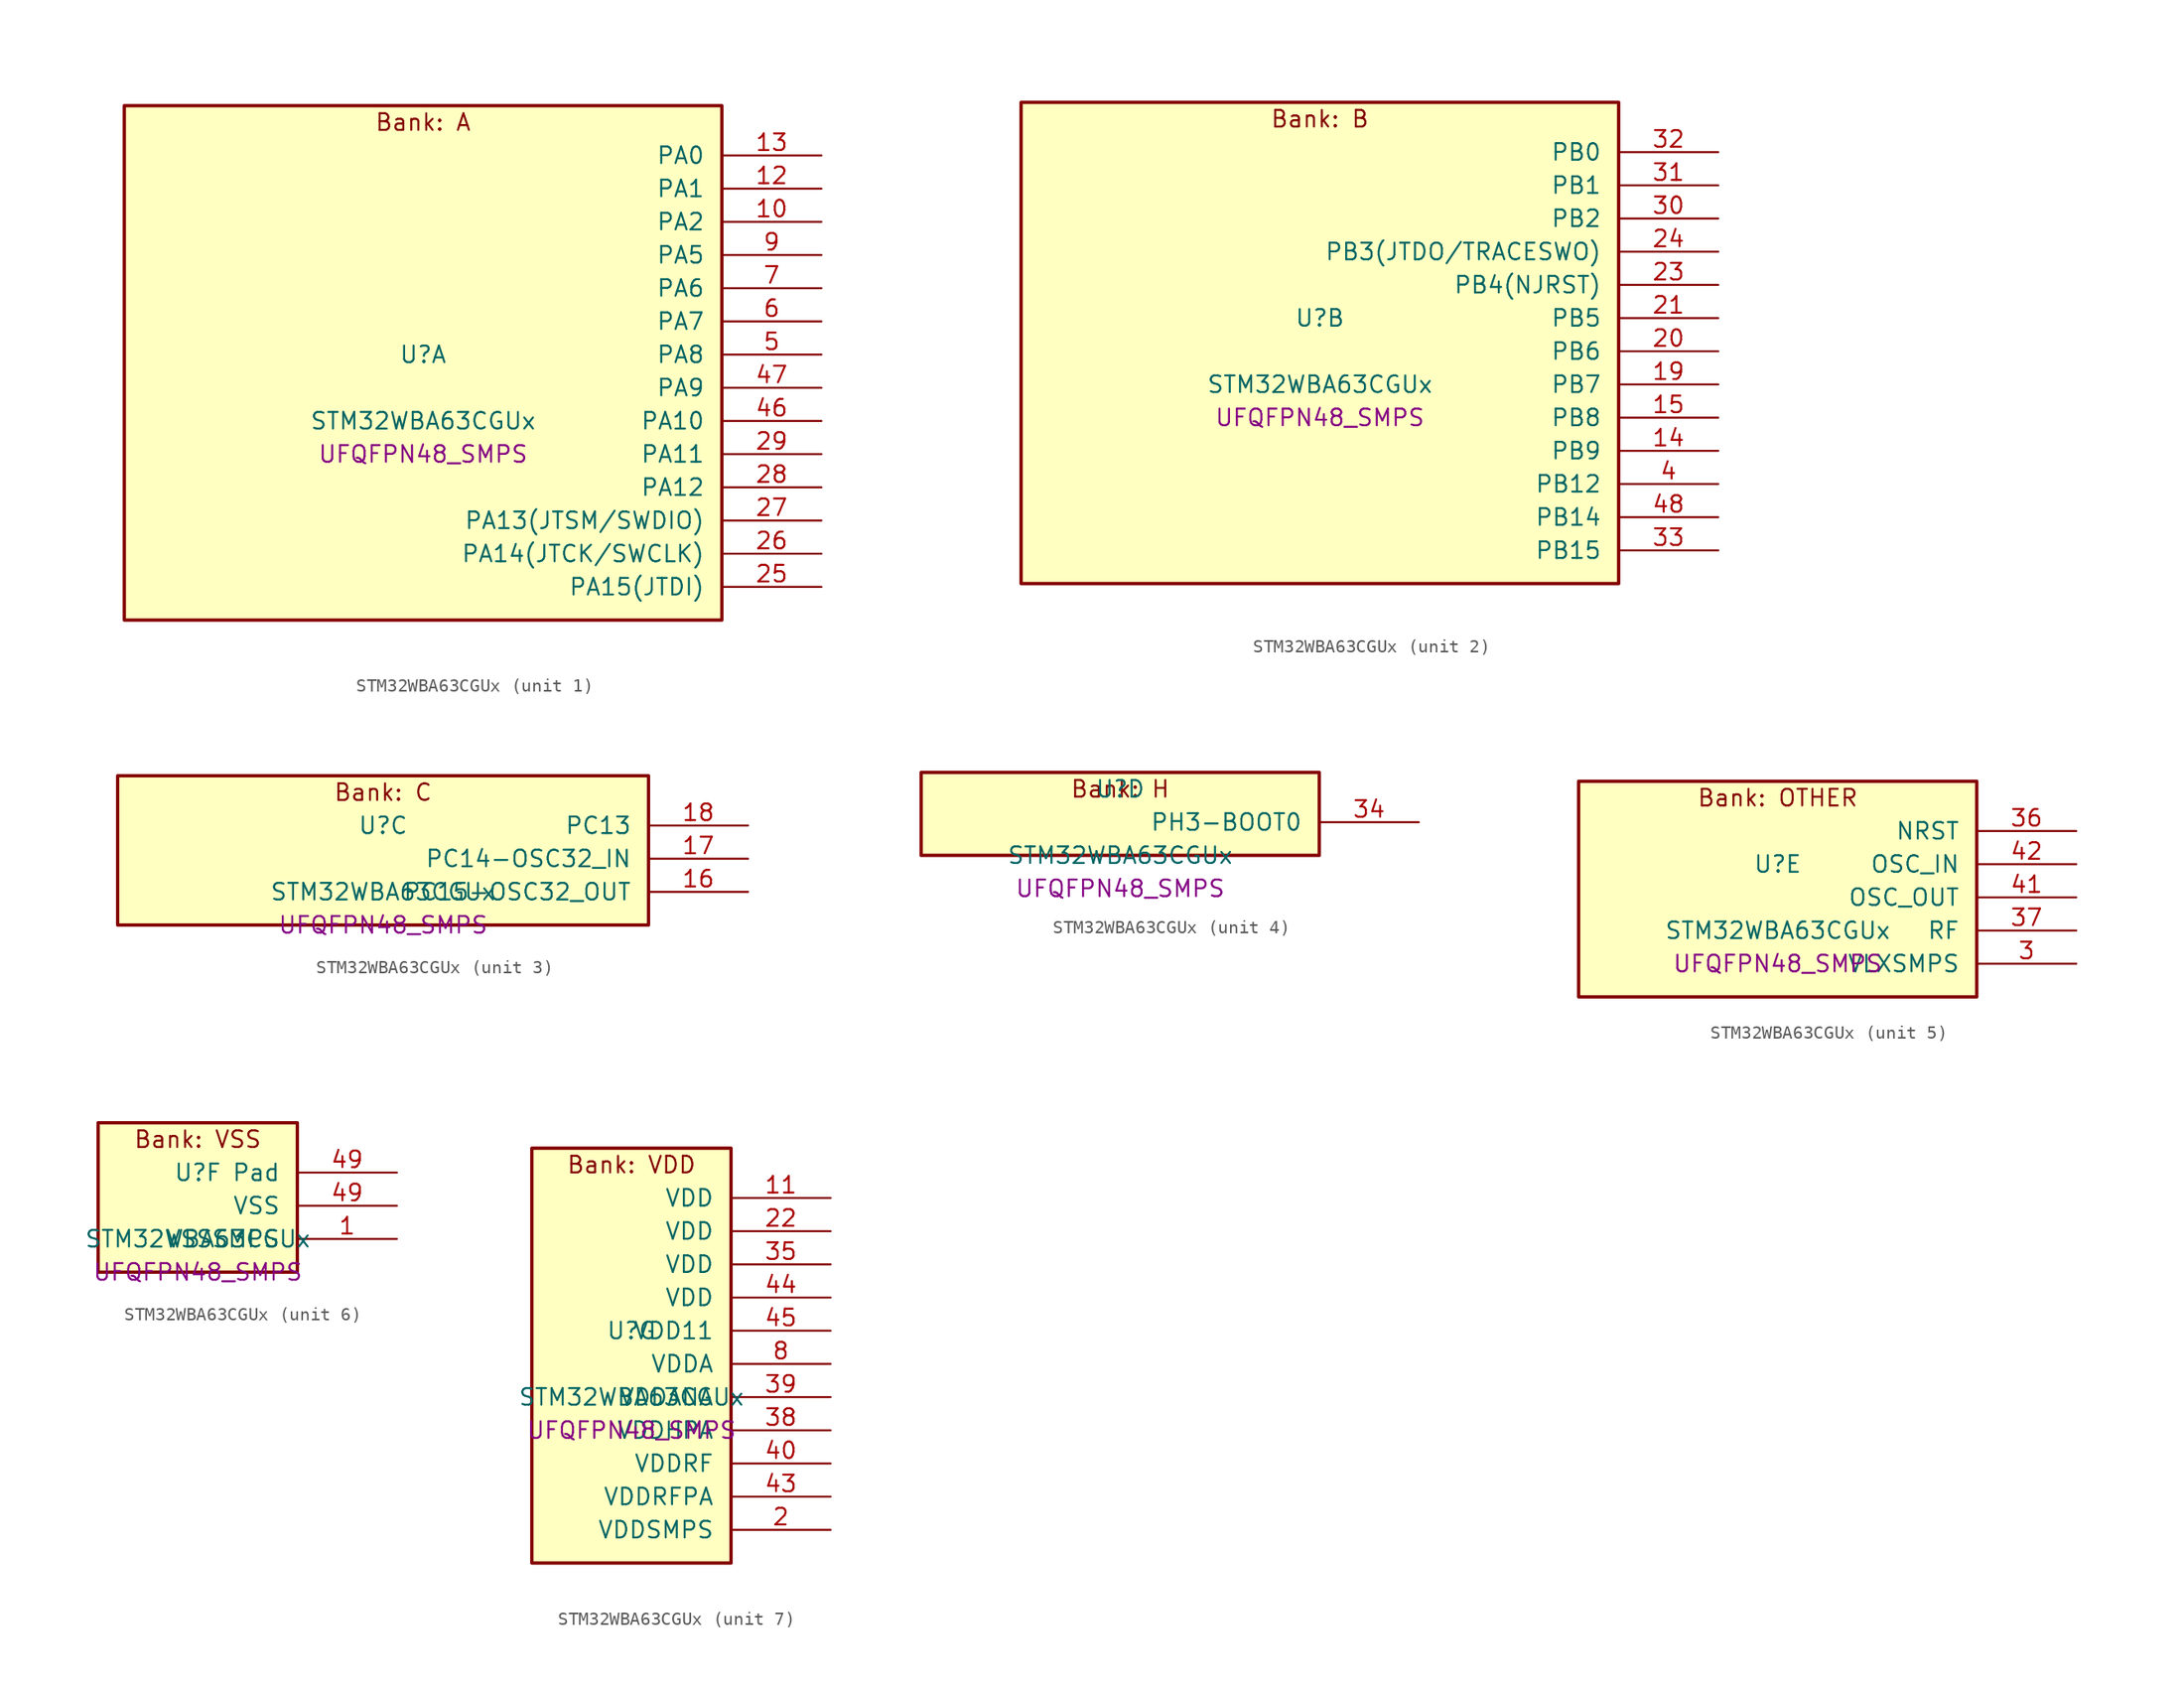
<source format=kicad_sym>
(kicad_symbol_lib
  (version 20241209)
  (generator "stm32_pkl_generator")
  (generator_version "1.0")
  (symbol "STM32WBA63CGUx"
    (pin_names
      (offset 1.27))
    (property "Reference" "U"
      (at 0 2.54 0))
    (property "Value" "STM32WBA63CGUx"
      (at 0 -2.54 0))
    (property "Footprint" "UFQFPN48_SMPS"
      (at 0 -5.08 0))
    (symbol "STM32WBA63CGUx_1_1"
      (rectangle (start -22.86 21.59) (end 22.86 -17.78) (stroke (width 0.254) (type solid)) (fill (type background)))
      (text "Bank: A" (at 0 20.32 0))
      (pin bidirectional line (at 30.48 17.78 180) (length 7.62) (name "PA0") (number "13") (alternate "PA0/ADC4_IN9" bidirectional line) (alternate "PA0/COMP2_INP" bidirectional line) (alternate "PA0/LPTIM1_IN1" bidirectional line) (alternate "PA0/LPUART1_CTS" bidirectional line) (alternate "PA0/PWR_WKUP1" bidirectional line) (alternate "PA0/SPI3_SCK" bidirectional line) (alternate "PA0/TIM1_CH2N" bidirectional line) (alternate "PA0/TIM3_CH3" bidirectional line) (alternate "PA0/TIM3_ETR" bidirectional line) (alternate "PA0/TSC_G2_IO2" bidirectional line))
      (pin bidirectional line (at 30.48 15.24 180) (length 7.62) (name "PA1") (number "12") (alternate "PA1/ADC4_IN8" bidirectional line) (alternate "PA1/COMP1_INM" bidirectional line) (alternate "PA1/LPTIM2_CH2" bidirectional line) (alternate "PA1/LPUART1_RX" bidirectional line) (alternate "PA1/PWR_WKUP3" bidirectional line) (alternate "PA1/SAI1_CK1" bidirectional line) (alternate "PA1/SPI1_RDY" bidirectional line) (alternate "PA1/SPI3_MISO" bidirectional line) (alternate "PA1/TIM17_CH1" bidirectional line) (alternate "PA1/TIM1_CH1N" bidirectional line) (alternate "PA1/TIM3_CH2" bidirectional line) (alternate "PA1/TSC_G2_IO1" bidirectional line) (alternate "PA1/USART1_CK" bidirectional line))
      (pin bidirectional line (at 30.48 12.7 180) (length 7.62) (name "PA2") (number "10") (alternate "PA2/ADC4_IN7" bidirectional line) (alternate "PA2/COMP1_INP" bidirectional line) (alternate "PA2/LPUART1_TX" bidirectional line) (alternate "PA2/PWR_WKUP4" bidirectional line) (alternate "PA2/RCC_LSCO" bidirectional line) (alternate "PA2/SAI1_D1" bidirectional line) (alternate "PA2/TIM16_CH1" bidirectional line) (alternate "PA2/TIM1_BKIN" bidirectional line) (alternate "PA2/TIM3_CH1" bidirectional line) (alternate "PA2/TSC_G4_IO4" bidirectional line) (alternate "PA2/USART1_DE" bidirectional line) (alternate "PA2/USART1_RTS" bidirectional line))
      (pin bidirectional line (at 30.48 10.16 180) (length 7.62) (name "PA5") (number "9") (alternate "PA5/ADC4_IN4" bidirectional line) (alternate "PA5/AUDIOCLK" bidirectional line) (alternate "PA5/LPTIM2_ETR" bidirectional line) (alternate "PA5/PWR_CSLEEP" bidirectional line) (alternate "PA5/PWR_WKUP6" bidirectional line) (alternate "PA5/SAI1_D2" bidirectional line) (alternate "PA5/SPI3_NSS" bidirectional line) (alternate "PA5/TIM2_CH1" bidirectional line) (alternate "PA5/TIM2_ETR" bidirectional line) (alternate "PA5/TSC_G1_IO4" bidirectional line) (alternate "PA5/USART1_CK" bidirectional line))
      (pin bidirectional line (at 30.48 7.62 180) (length 7.62) (name "PA6") (number "7") (alternate "PA6/ADC4_IN3" bidirectional line) (alternate "PA6/I2C3_SCL" bidirectional line) (alternate "PA6/PWR_CSTOP" bidirectional line) (alternate "PA6/PWR_WKUP7" bidirectional line) (alternate "PA6/SAI1_CK2" bidirectional line) (alternate "PA6/SAI1_MCLK_A" bidirectional line) (alternate "PA6/SPI3_RDY" bidirectional line) (alternate "PA6/TIM2_CH4" bidirectional line) (alternate "PA6/TSC_G1_IO3" bidirectional line) (alternate "PA6/USART1_DE" bidirectional line) (alternate "PA6/USART1_RTS" bidirectional line))
      (pin bidirectional line (at 30.48 5.08 180) (length 7.62) (name "PA7") (number "6") (alternate "PA7/ADC4_IN2" bidirectional line) (alternate "PA7/COMP1_OUT" bidirectional line) (alternate "PA7/I2C3_SDA" bidirectional line) (alternate "PA7/PWR_WKUP8" bidirectional line) (alternate "PA7/SAI1_SCK_A" bidirectional line) (alternate "PA7/SPI3_SCK" bidirectional line) (alternate "PA7/TAMP_IN1" bidirectional line) (alternate "PA7/TAMP_OUT2" bidirectional line) (alternate "PA7/TIM2_CH3" bidirectional line) (alternate "PA7/TSC_G1_IO2" bidirectional line) (alternate "PA7/USART1_CTS" bidirectional line))
      (pin bidirectional line (at 30.48 2.54 180) (length 7.62) (name "PA8") (number "5") (alternate "PA8/ADC4_IN1" bidirectional line) (alternate "PA8/LPTIM1_CH2" bidirectional line) (alternate "PA8/RCC_MCO" bidirectional line) (alternate "PA8/SAI1_FS_A" bidirectional line) (alternate "PA8/SPI3_RDY" bidirectional line) (alternate "PA8/TIM2_CH2" bidirectional line) (alternate "PA8/TSC_G1_IO1" bidirectional line) (alternate "PA8/USART1_RX" bidirectional line))
      (pin bidirectional line (at 30.48 0 180) (length 7.62) (name "PA9") (number "47") (alternate "PA9/LPUART1_DE" bidirectional line) (alternate "PA9/LPUART1_RTS" bidirectional line) (alternate "PA9/SAI1_CK1" bidirectional line) (alternate "PA9/TIM3_CH2" bidirectional line))
      (pin bidirectional line (at 30.48 -2.54 180) (length 7.62) (name "PA10") (number "46") (alternate "PA10/LPUART1_RX" bidirectional line) (alternate "PA10/SAI1_D1" bidirectional line) (alternate "PA10/TIM3_CH1" bidirectional line))
      (pin bidirectional line (at 30.48 -5.08 180) (length 7.62) (name "PA11") (number "29") (alternate "PA11/LPTIM2_CH1" bidirectional line) (alternate "PA11/RF_ANTSW1" bidirectional line) (alternate "PA11/TIM1_CH1" bidirectional line) (alternate "PA11/USART2_RX" bidirectional line))
      (pin bidirectional line (at 30.48 -7.62 180) (length 7.62) (name "PA12") (number "28") (alternate "PA12/COMP2_OUT" bidirectional line) (alternate "PA12/PTA_STATUS" bidirectional line) (alternate "PA12/PWR_WKUP6" bidirectional line) (alternate "PA12/RF_ANTSW0" bidirectional line) (alternate "PA12/SPI1_NSS" bidirectional line) (alternate "PA12/TIM1_CH2" bidirectional line) (alternate "PA12/TSC_G3_IO4" bidirectional line) (alternate "PA12/USART2_TX" bidirectional line))
      (pin bidirectional line (at 30.48 -10.16 180) (length 7.62) (name "PA13(JTSM/SWDIO)") (number "27") (alternate "PA13(JTSM/SWDIO)/DEBUG_JTMS-SWDIO" bidirectional line) (alternate "PA13(JTSM/SWDIO)/IR_OUT" bidirectional line) (alternate "PA13(JTSM/SWDIO)/PTA_PRIORITY" bidirectional line))
      (pin bidirectional line (at 30.48 -12.7 180) (length 7.62) (name "PA14(JTCK/SWCLK)") (number "26") (alternate "PA14(JTCK/SWCLK)/COMP2_OUT" bidirectional line) (alternate "PA14(JTCK/SWCLK)/DEBUG_JTCK-SWCLK" bidirectional line) (alternate "PA14(JTCK/SWCLK)/PTA_STATUS" bidirectional line) (alternate "PA14(JTCK/SWCLK)/TAMP_IN3" bidirectional line) (alternate "PA14(JTCK/SWCLK)/TAMP_OUT6" bidirectional line) (alternate "PA14(JTCK/SWCLK)/USART2_TX" bidirectional line))
      (pin bidirectional line (at 30.48 -15.24 180) (length 7.62) (name "PA15(JTDI)") (number "25") (alternate "PA15(JTDI)/ADC4_EXTI15" bidirectional line) (alternate "PA15(JTDI)/DEBUG_JTDI" bidirectional line) (alternate "PA15(JTDI)/I2C1_SCL" bidirectional line) (alternate "PA15(JTDI)/LPTIM1_CH2" bidirectional line) (alternate "PA15(JTDI)/PTA_STATUS" bidirectional line) (alternate "PA15(JTDI)/SPI1_MOSI" bidirectional line) (alternate "PA15(JTDI)/TIM17_BKIN" bidirectional line) (alternate "PA15(JTDI)/TIM1_ETR" bidirectional line) (alternate "PA15(JTDI)/TSC_G3_IO3" bidirectional line) (alternate "PA15(JTDI)/USART2_DE" bidirectional line) (alternate "PA15(JTDI)/USART2_RTS" bidirectional line)))
    (symbol "STM32WBA63CGUx_2_1"
      (rectangle (start -22.86 19.05) (end 22.86 -17.78) (stroke (width 0.254) (type solid)) (fill (type background)))
      (text "Bank: B" (at 0 17.78 0))
      (pin bidirectional line (at 30.48 15.24 180) (length 7.62) (name "PB0") (number "32") (alternate "PB0/LPTIM2_IN2" bidirectional line) (alternate "PB0/TIM1_CH3N" bidirectional line) (alternate "PB0/USART2_TX" bidirectional line))
      (pin bidirectional line (at 30.48 12.7 180) (length 7.62) (name "PB1") (number "31") (alternate "PB1/I2C1_SDA" bidirectional line) (alternate "PB1/I2C3_SDA" bidirectional line) (alternate "PB1/PWR_WKUP4" bidirectional line) (alternate "PB1/TIM1_CH2N" bidirectional line) (alternate "PB1/USART2_DE" bidirectional line) (alternate "PB1/USART2_RTS" bidirectional line))
      (pin bidirectional line (at 30.48 10.16 180) (length 7.62) (name "PB2") (number "30") (alternate "PB2/I2C1_SCL" bidirectional line) (alternate "PB2/I2C3_SCL" bidirectional line) (alternate "PB2/PWR_WKUP1" bidirectional line) (alternate "PB2/RF_ANTSW2" bidirectional line) (alternate "PB2/RTC_OUT2" bidirectional line) (alternate "PB2/TIM1_CH1N" bidirectional line) (alternate "PB2/USART2_CTS" bidirectional line))
      (pin bidirectional line (at 30.48 7.62 180) (length 7.62) (name "PB3(JTDO/TRACESWO)") (number "24") (alternate "PB3(JTDO/TRACESWO)/DEBUG_JTDO-SWO" bidirectional line) (alternate "PB3(JTDO/TRACESWO)/I2C1_SDA" bidirectional line) (alternate "PB3(JTDO/TRACESWO)/LPTIM1_IN2" bidirectional line) (alternate "PB3(JTDO/TRACESWO)/PTA_ACTIVE" bidirectional line) (alternate "PB3(JTDO/TRACESWO)/SPI1_MISO" bidirectional line) (alternate "PB3(JTDO/TRACESWO)/TIM17_CH1N" bidirectional line) (alternate "PB3(JTDO/TRACESWO)/TIM1_CH4" bidirectional line) (alternate "PB3(JTDO/TRACESWO)/TSC_G3_IO2" bidirectional line) (alternate "PB3(JTDO/TRACESWO)/USART2_CK" bidirectional line))
      (pin bidirectional line (at 30.48 5.08 180) (length 7.62) (name "PB4(NJRST)") (number "23") (alternate "PB4(NJRST)/DEBUG_NJTRST" bidirectional line) (alternate "PB4(NJRST)/LPTIM2_IN2" bidirectional line) (alternate "PB4(NJRST)/PTA_ACTIVE" bidirectional line) (alternate "PB4(NJRST)/PTA_PRIORITY" bidirectional line) (alternate "PB4(NJRST)/SAI1_MCLK_B" bidirectional line) (alternate "PB4(NJRST)/SPI1_SCK" bidirectional line) (alternate "PB4(NJRST)/TIM17_CH1" bidirectional line) (alternate "PB4(NJRST)/TIM1_CH3" bidirectional line) (alternate "PB4(NJRST)/TSC_G3_IO1" bidirectional line) (alternate "PB4(NJRST)/USART2_RX" bidirectional line))
      (pin bidirectional line (at 30.48 2.54 180) (length 7.62) (name "PB5") (number "21") (alternate "PB5/LPUART1_TX" bidirectional line) (alternate "PB5/SAI1_D2" bidirectional line) (alternate "PB5/SAI1_FS_B" bidirectional line) (alternate "PB5/TIM3_CH1" bidirectional line) (alternate "PB5/TSC_G5_IO4" bidirectional line))
      (pin bidirectional line (at 30.48 0 180) (length 7.62) (name "PB6") (number "20") (alternate "PB6/PWR_WKUP3" bidirectional line) (alternate "PB6/SAI1_SCK_B" bidirectional line) (alternate "PB6/TIM2_CH1" bidirectional line) (alternate "PB6/TIM2_ETR" bidirectional line) (alternate "PB6/TSC_G5_IO3" bidirectional line))
      (pin bidirectional line (at 30.48 -2.54 180) (length 7.62) (name "PB7") (number "19") (alternate "PB7/PWR_WKUP5" bidirectional line) (alternate "PB7/SAI1_SD_B" bidirectional line) (alternate "PB7/TAMP_IN5" bidirectional line) (alternate "PB7/TAMP_OUT4" bidirectional line) (alternate "PB7/TIM1_CH4N" bidirectional line) (alternate "PB7/TSC_G5_IO2" bidirectional line))
      (pin bidirectional line (at 30.48 -5.08 180) (length 7.62) (name "PB8") (number "15") (alternate "PB8/COMP1_OUT" bidirectional line) (alternate "PB8/LPTIM1_ETR" bidirectional line) (alternate "PB8/PWR_PVD_IN" bidirectional line) (alternate "PB8/SPI3_MOSI" bidirectional line) (alternate "PB8/TIM16_CH1N" bidirectional line) (alternate "PB8/TIM1_CH1" bidirectional line) (alternate "PB8/TIM3_ETR" bidirectional line) (alternate "PB8/TSC_G2_IO4" bidirectional line) (alternate "PB8/USART2_RX" bidirectional line))
      (pin bidirectional line (at 30.48 -7.62 180) (length 7.62) (name "PB9") (number "14") (alternate "PB9/ADC4_IN10" bidirectional line) (alternate "PB9/COMP2_INM" bidirectional line) (alternate "PB9/IR_OUT" bidirectional line) (alternate "PB9/LPTIM2_IN1" bidirectional line) (alternate "PB9/LPUART1_DE" bidirectional line) (alternate "PB9/LPUART1_RTS" bidirectional line) (alternate "PB9/PWR_WKUP8" bidirectional line) (alternate "PB9/SPI3_MISO" bidirectional line) (alternate "PB9/TIM16_CH1" bidirectional line) (alternate "PB9/TIM1_CH3N" bidirectional line) (alternate "PB9/TIM3_CH4" bidirectional line) (alternate "PB9/TSC_G2_IO3" bidirectional line))
      (pin bidirectional line (at 30.48 -10.16 180) (length 7.62) (name "PB12") (number "4") (alternate "PB12/SAI1_SD_A" bidirectional line) (alternate "PB12/SPI1_RDY" bidirectional line) (alternate "PB12/TIM2_CH1" bidirectional line) (alternate "PB12/TIM2_ETR" bidirectional line) (alternate "PB12/TIM3_ETR" bidirectional line) (alternate "PB12/TSC_SYNC" bidirectional line) (alternate "PB12/USART1_TX" bidirectional line))
      (pin bidirectional line (at 30.48 -12.7 180) (length 7.62) (name "PB14") (number "48") (alternate "PB14/PWR_WKUP7" bidirectional line) (alternate "PB14/RTC_REFIN" bidirectional line) (alternate "PB14/SAI1_SD_A" bidirectional line) (alternate "PB14/TIM3_CH3" bidirectional line) (alternate "PB14/TSC_G6_IO1" bidirectional line) (alternate "PB14/USART1_TX" bidirectional line))
      (pin bidirectional line (at 30.48 -15.24 180) (length 7.62) (name "PB15") (number "33") (alternate "PB15/ADC4_EXTI15" bidirectional line) (alternate "PB15/I2C1_SMBA" bidirectional line) (alternate "PB15/I2C3_SMBA" bidirectional line) (alternate "PB15/LPUART1_CTS" bidirectional line) (alternate "PB15/PTA_GRANT" bidirectional line) (alternate "PB15/RF_EXTPABYP" bidirectional line) (alternate "PB15/TIM16_BKIN" bidirectional line) (alternate "PB15/TIM1_BKIN2" bidirectional line) (alternate "PB15/USART2_CTS" bidirectional line)))
    (symbol "STM32WBA63CGUx_3_1"
      (rectangle (start -20.32 6.35) (end 20.32 -5.08) (stroke (width 0.254) (type solid)) (fill (type background)))
      (text "Bank: C" (at 0 5.08 0))
      (pin bidirectional line (at 27.94 2.54 180) (length 7.62) (name "PC13") (number "18") (alternate "PC13/PWR_WKUP2" bidirectional line) (alternate "PC13/RTC_OUT1" bidirectional line) (alternate "PC13/RTC_TS" bidirectional line) (alternate "PC13/TAMP_IN4" bidirectional line) (alternate "PC13/TAMP_OUT5" bidirectional line) (alternate "PC13/TIM1_BKIN2" bidirectional line) (alternate "PC13/TSC_G5_IO1" bidirectional line))
      (pin bidirectional line (at 27.94 0 180) (length 7.62) (name "PC14-OSC32_IN") (number "17") (alternate "PC14-OSC32_IN/RCC_OSC32_IN" bidirectional line))
      (pin bidirectional line (at 27.94 -2.54 180) (length 7.62) (name "PC15-OSC32_OUT") (number "16") (alternate "PC15-OSC32_OUT/ADC4_EXTI15" bidirectional line) (alternate "PC15-OSC32_OUT/RCC_OSC32_OUT" bidirectional line)))
    (symbol "STM32WBA63CGUx_4_1"
      (rectangle (start -15.24 3.81) (end 15.24 -2.54) (stroke (width 0.254) (type solid)) (fill (type background)))
      (text "Bank: H" (at 0 2.54 0))
      (pin bidirectional line (at 22.86 0 180) (length 7.62) (name "PH3-BOOT0") (number "34") (alternate "PH3-BOOT0/PTA_GRANT" bidirectional line) (alternate "PH3-BOOT0/RF_EXTPABYP" bidirectional line) (alternate "PH3-BOOT0/TAMP_IN2" bidirectional line) (alternate "PH3-BOOT0/TAMP_OUT1" bidirectional line)))
    (symbol "STM32WBA63CGUx_5_1"
      (rectangle (start -15.24 8.89) (end 15.24 -7.62) (stroke (width 0.254) (type solid)) (fill (type background)))
      (text "Bank: OTHER" (at 0 7.62 0))
      (pin input line (at 22.86 5.08 180) (length 7.62) (name "NRST") (number "36"))
      (pin bidirectional line (at 22.86 2.54 180) (length 7.62) (name "OSC_IN") (number "42") (alternate "OSC_IN/RCC_OSC_IN" bidirectional line))
      (pin bidirectional line (at 22.86 0 180) (length 7.62) (name "OSC_OUT") (number "41") (alternate "OSC_OUT/RCC_OSC_OUT" bidirectional line))
      (pin bidirectional line (at 22.86 -2.54 180) (length 7.62) (name "RF") (number "37"))
      (pin power_in line (at 22.86 -5.08 180) (length 7.62) (name "VLXSMPS") (number "3")))
    (symbol "STM32WBA63CGUx_6_1"
      (rectangle (start -7.62 6.35) (end 7.62 -5.08) (stroke (width 0.254) (type solid)) (fill (type background)))
      (text "Bank: VSS" (at 0 5.08 0))
      (pin passive line (at 15.24 2.54 180) (length 7.62) (name "Pad") (number "49"))
      (pin power_in line (at 15.24 0 180) (length 7.62) (name "VSS") (number "49"))
      (pin power_in line (at 15.24 -2.54 180) (length 7.62) (name "VSSSMPS") (number "1")))
    (symbol "STM32WBA63CGUx_7_1"
      (rectangle (start -7.62 16.51) (end 7.62 -15.24) (stroke (width 0.254) (type solid)) (fill (type background)))
      (text "Bank: VDD" (at 0 15.24 0))
      (pin power_in line (at 15.24 12.7 180) (length 7.62) (name "VDD") (number "11"))
      (pin power_in line (at 15.24 10.16 180) (length 7.62) (name "VDD") (number "22"))
      (pin power_in line (at 15.24 7.62 180) (length 7.62) (name "VDD") (number "35"))
      (pin power_in line (at 15.24 5.08 180) (length 7.62) (name "VDD") (number "44"))
      (pin power_in line (at 15.24 2.54 180) (length 7.62) (name "VDD11") (number "45"))
      (pin power_in line (at 15.24 0 180) (length 7.62) (name "VDDA") (number "8"))
      (pin power_in line (at 15.24 -2.54 180) (length 7.62) (name "VDDANA") (number "39"))
      (pin power_in line (at 15.24 -5.08 180) (length 7.62) (name "VDDHPA") (number "38"))
      (pin power_in line (at 15.24 -7.62 180) (length 7.62) (name "VDDRF") (number "40"))
      (pin power_in line (at 15.24 -10.16 180) (length 7.62) (name "VDDRFPA") (number "43"))
      (pin power_in line (at 15.24 -12.7 180) (length 7.62) (name "VDDSMPS") (number "2")))))
</source>
